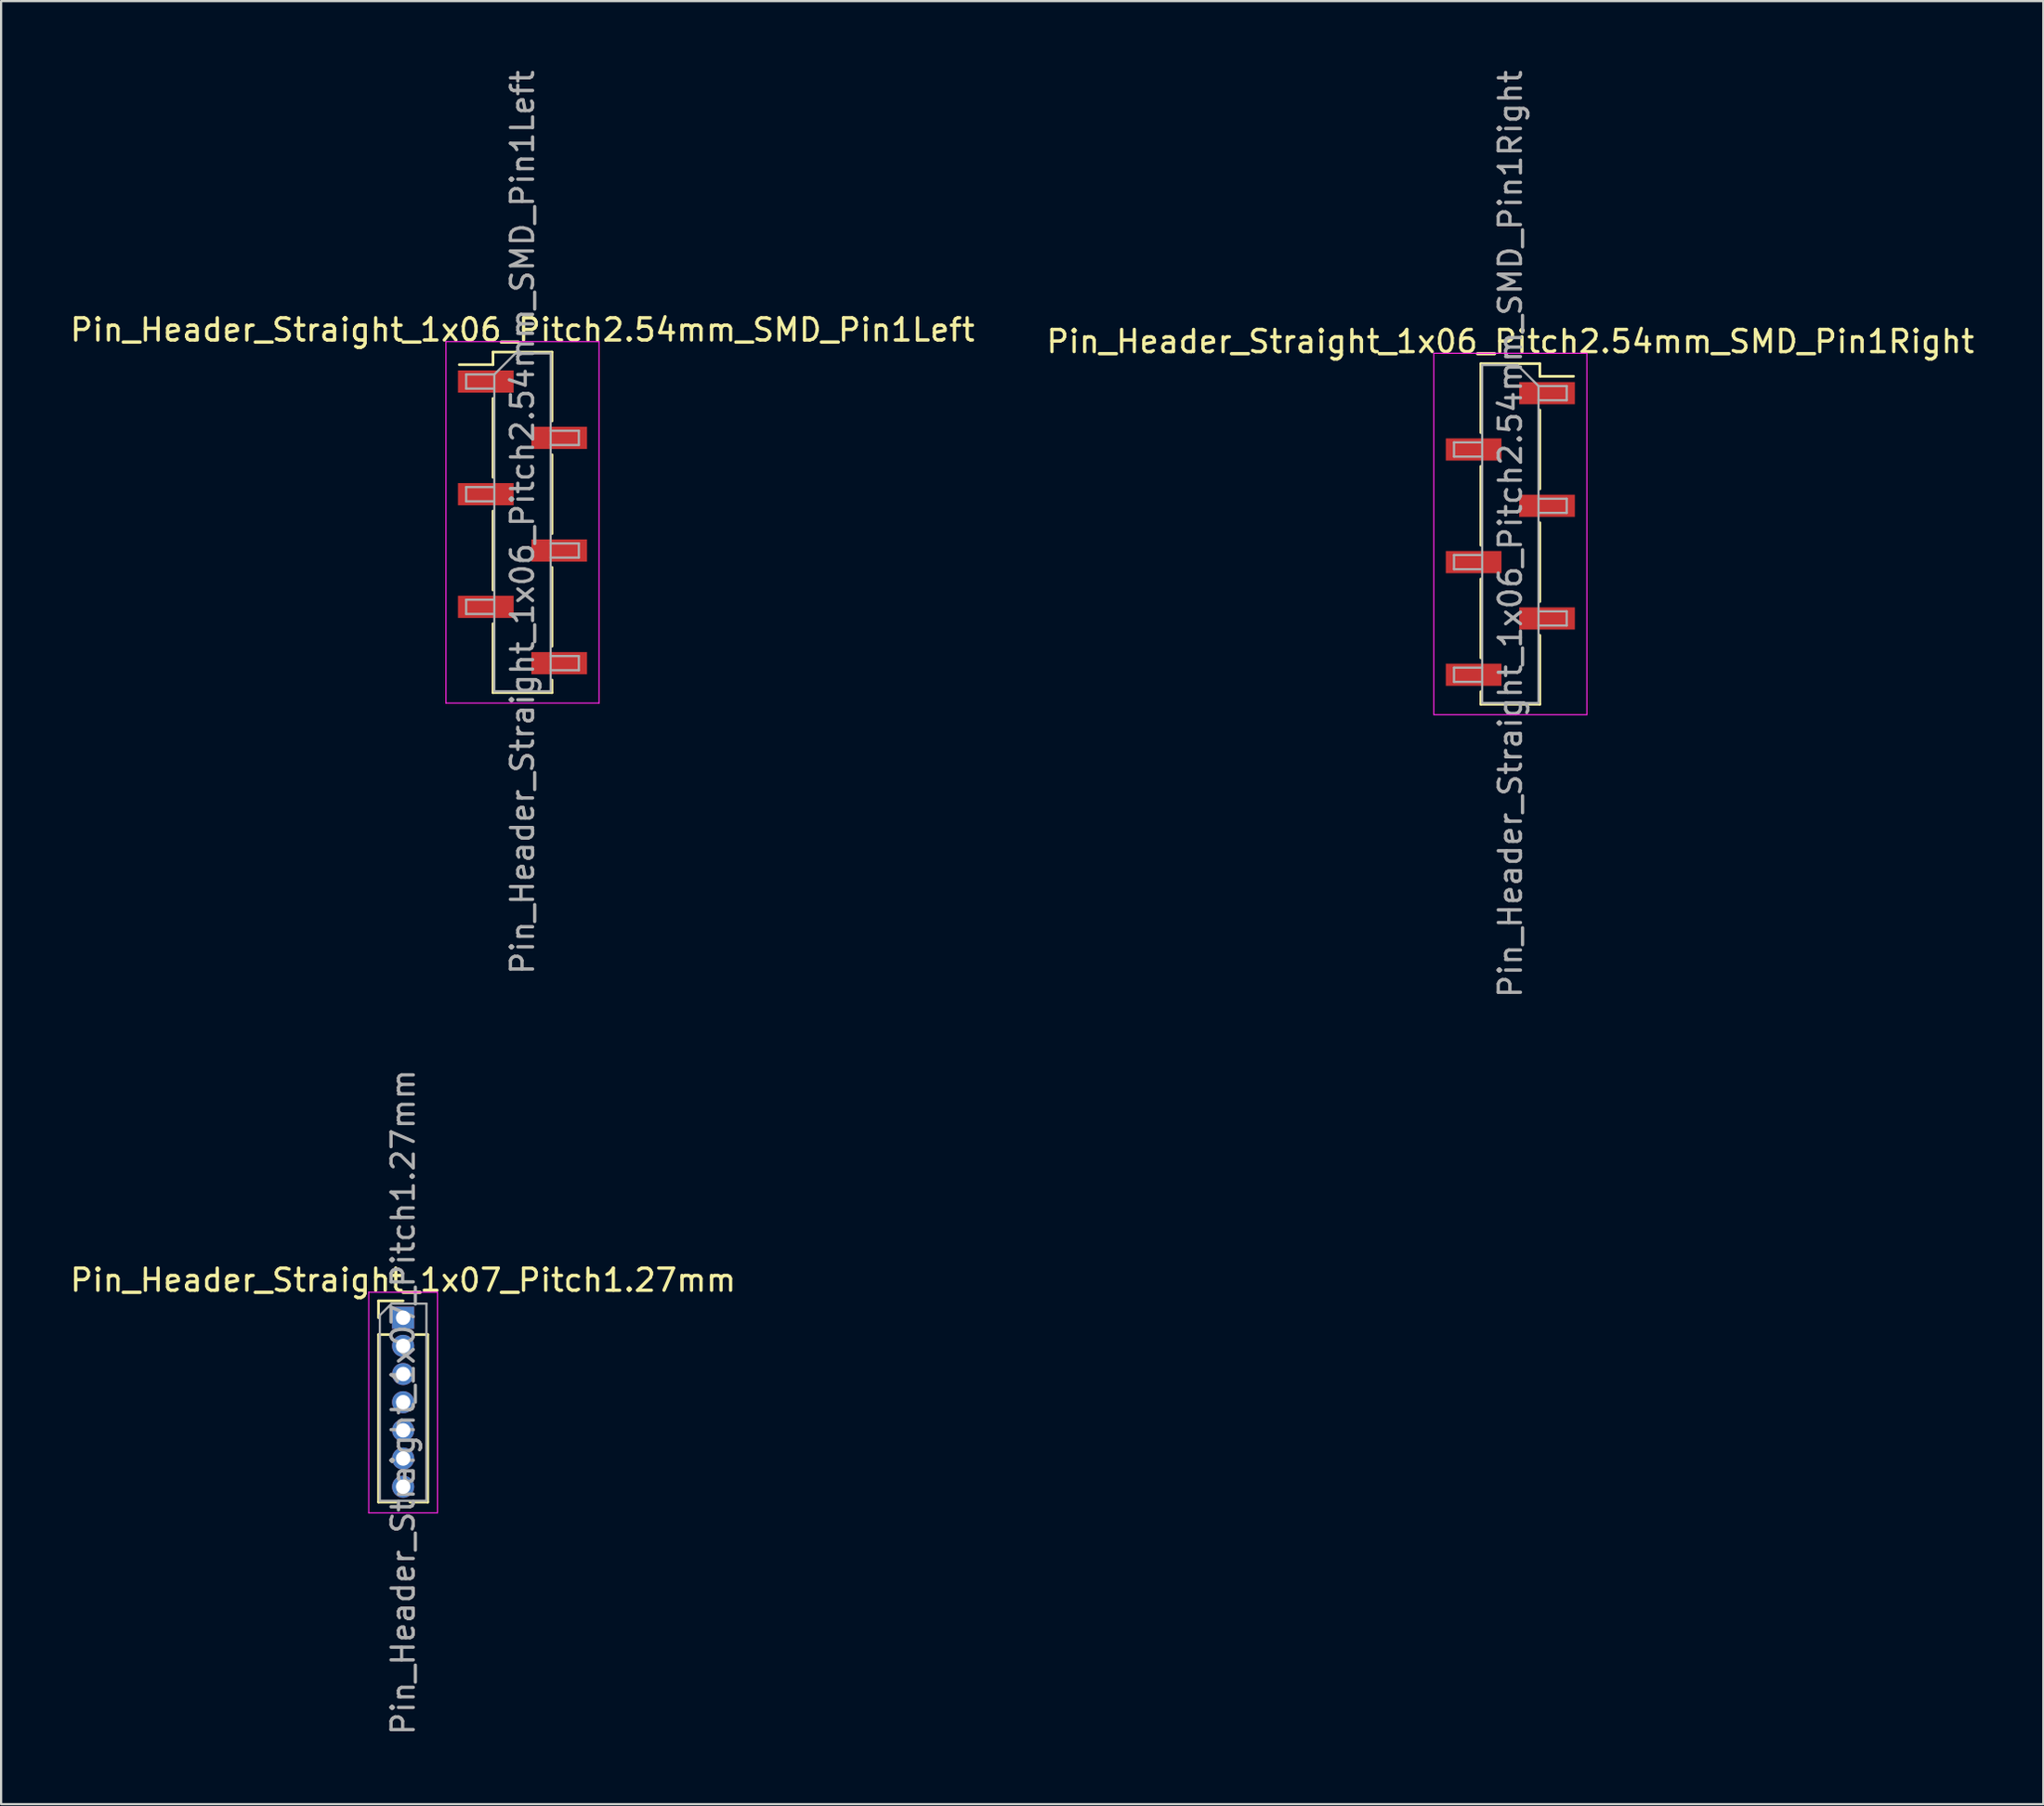
<source format=kicad_pcb>
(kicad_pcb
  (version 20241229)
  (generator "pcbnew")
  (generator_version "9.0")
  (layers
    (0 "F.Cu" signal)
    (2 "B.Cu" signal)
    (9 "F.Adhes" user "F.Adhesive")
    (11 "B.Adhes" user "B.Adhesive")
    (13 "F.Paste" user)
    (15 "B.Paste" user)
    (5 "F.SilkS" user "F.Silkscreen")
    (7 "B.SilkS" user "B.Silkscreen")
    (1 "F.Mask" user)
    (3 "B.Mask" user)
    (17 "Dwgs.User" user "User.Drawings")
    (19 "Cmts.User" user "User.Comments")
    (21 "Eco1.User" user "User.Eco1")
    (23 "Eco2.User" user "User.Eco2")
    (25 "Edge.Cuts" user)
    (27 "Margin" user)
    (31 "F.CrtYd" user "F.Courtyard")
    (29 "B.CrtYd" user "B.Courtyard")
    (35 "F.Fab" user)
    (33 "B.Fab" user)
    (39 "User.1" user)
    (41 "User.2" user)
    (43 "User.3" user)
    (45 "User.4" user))
  (footprint "Pin_Header_Straight_1x07_Pitch1.27mm"
    (layer "F.Cu")
    (at 15.125 56.375)
    (property "Reference" "Pin_Header_Straight_1x07_Pitch1.27mm" (at 0 -1.695 0) (layer "F.SilkS") (effects (font (size 1 1) (thickness 0.15))))
    (attr through_hole)
    (fp_line (start -1.11 -0.76) (end 0 -0.76) (stroke (width 0.12) (type solid)) (layer "F.SilkS"))
    (fp_line (start -1.11 0) (end -1.11 -0.76) (stroke (width 0.12) (type solid)) (layer "F.SilkS"))
    (fp_line (start -1.11 0.76) (end -1.11 8.315) (stroke (width 0.12) (type solid)) (layer "F.SilkS"))
    (fp_line (start -1.11 0.76) (end -0.563 0.76) (stroke (width 0.12) (type solid)) (layer "F.SilkS"))
    (fp_line (start -1.11 8.315) (end -0.308 8.315) (stroke (width 0.12) (type solid)) (layer "F.SilkS"))
    (fp_line (start 0.308 8.315) (end 1.11 8.315) (stroke (width 0.12) (type solid)) (layer "F.SilkS"))
    (fp_line (start 0.563 0.76) (end 1.11 0.76) (stroke (width 0.12) (type solid)) (layer "F.SilkS"))
    (fp_line (start 1.11 0.76) (end 1.11 8.315) (stroke (width 0.12) (type solid)) (layer "F.SilkS"))
    (fp_line (start -1.55 -1.15) (end -1.55 8.8) (stroke (width 0.05) (type solid)) (layer "F.CrtYd"))
    (fp_line (start -1.55 8.8) (end 1.55 8.8) (stroke (width 0.05) (type solid)) (layer "F.CrtYd"))
    (fp_line (start 1.55 -1.15) (end -1.55 -1.15) (stroke (width 0.05) (type solid)) (layer "F.CrtYd"))
    (fp_line (start 1.55 8.8) (end 1.55 -1.15) (stroke (width 0.05) (type solid)) (layer "F.CrtYd"))
    (fp_line (start -1.05 -0.11) (end -0.525 -0.635) (stroke (width 0.1) (type solid)) (layer "F.Fab"))
    (fp_line (start -1.05 8.255) (end -1.05 -0.11) (stroke (width 0.1) (type solid)) (layer "F.Fab"))
    (fp_line (start -0.525 -0.635) (end 1.05 -0.635) (stroke (width 0.1) (type solid)) (layer "F.Fab"))
    (fp_line (start 1.05 -0.635) (end 1.05 8.255) (stroke (width 0.1) (type solid)) (layer "F.Fab"))
    (fp_line (start 1.05 8.255) (end -1.05 8.255) (stroke (width 0.1) (type solid)) (layer "F.Fab"))
    (fp_text user "${REFERENCE}" (at 0 3.81 90) (layer "F.Fab") (effects (font (size 1 1) (thickness 0.15))))
    (pad "1" thru_hole rect (at 0 0) (size 1 1) (drill 0.65) (layers "*.Cu" "*.Mask"))
    (pad "2" thru_hole oval (at 0 1.27) (size 1 1) (drill 0.65) (layers "*.Cu" "*.Mask"))
    (pad "3" thru_hole oval (at 0 2.54) (size 1 1) (drill 0.65) (layers "*.Cu" "*.Mask"))
    (pad "4" thru_hole oval (at 0 3.81) (size 1 1) (drill 0.65) (layers "*.Cu" "*.Mask"))
    (pad "5" thru_hole oval (at 0 5.08) (size 1 1) (drill 0.65) (layers "*.Cu" "*.Mask"))
    (pad "6" thru_hole oval (at 0 6.35) (size 1 1) (drill 0.65) (layers "*.Cu" "*.Mask"))
    (pad "7" thru_hole oval (at 0 7.62) (size 1 1) (drill 0.65) (layers "*.Cu" "*.Mask")))
  (footprint "Pin_Header_Straight_1x06_Pitch2.54mm_SMD_Pin1Right"
    (layer "F.Cu")
    (at 65.042 21.03)
    (property "Reference" "Pin_Header_Straight_1x06_Pitch2.54mm_SMD_Pin1Right" (at 0 -8.68 0) (layer "F.SilkS") (effects (font (size 1 1) (thickness 0.15))))
    (attr smd)
    (fp_line (start -1.33 -7.68) (end -1.33 -4.57) (stroke (width 0.12) (type solid)) (layer "F.SilkS"))
    (fp_line (start -1.33 -7.68) (end 1.33 -7.68) (stroke (width 0.12) (type solid)) (layer "F.SilkS"))
    (fp_line (start -1.33 -3.05) (end -1.33 0.51) (stroke (width 0.12) (type solid)) (layer "F.SilkS"))
    (fp_line (start -1.33 2.03) (end -1.33 5.59) (stroke (width 0.12) (type solid)) (layer "F.SilkS"))
    (fp_line (start -1.33 7.11) (end -1.33 7.68) (stroke (width 0.12) (type solid)) (layer "F.SilkS"))
    (fp_line (start -1.33 7.68) (end 1.33 7.68) (stroke (width 0.12) (type solid)) (layer "F.SilkS"))
    (fp_line (start 1.33 -7.68) (end 1.33 -7.11) (stroke (width 0.12) (type solid)) (layer "F.SilkS"))
    (fp_line (start 1.33 -7.11) (end 2.85 -7.11) (stroke (width 0.12) (type solid)) (layer "F.SilkS"))
    (fp_line (start 1.33 -5.59) (end 1.33 -2.03) (stroke (width 0.12) (type solid)) (layer "F.SilkS"))
    (fp_line (start 1.33 -0.51) (end 1.33 3.05) (stroke (width 0.12) (type solid)) (layer "F.SilkS"))
    (fp_line (start 1.33 4.57) (end 1.33 7.68) (stroke (width 0.12) (type solid)) (layer "F.SilkS"))
    (fp_line (start -3.45 -8.15) (end -3.45 8.15) (stroke (width 0.05) (type solid)) (layer "F.CrtYd"))
    (fp_line (start -3.45 8.15) (end 3.45 8.15) (stroke (width 0.05) (type solid)) (layer "F.CrtYd"))
    (fp_line (start 3.45 -8.15) (end -3.45 -8.15) (stroke (width 0.05) (type solid)) (layer "F.CrtYd"))
    (fp_line (start 3.45 8.15) (end 3.45 -8.15) (stroke (width 0.05) (type solid)) (layer "F.CrtYd"))
    (fp_line (start -2.54 -4.13) (end -2.54 -3.49) (stroke (width 0.1) (type solid)) (layer "F.Fab"))
    (fp_line (start -2.54 -3.49) (end -1.27 -3.49) (stroke (width 0.1) (type solid)) (layer "F.Fab"))
    (fp_line (start -2.54 0.95) (end -2.54 1.59) (stroke (width 0.1) (type solid)) (layer "F.Fab"))
    (fp_line (start -2.54 1.59) (end -1.27 1.59) (stroke (width 0.1) (type solid)) (layer "F.Fab"))
    (fp_line (start -2.54 6.03) (end -2.54 6.67) (stroke (width 0.1) (type solid)) (layer "F.Fab"))
    (fp_line (start -2.54 6.67) (end -1.27 6.67) (stroke (width 0.1) (type solid)) (layer "F.Fab"))
    (fp_line (start -1.27 -7.62) (end -1.27 7.62) (stroke (width 0.1) (type solid)) (layer "F.Fab"))
    (fp_line (start -1.27 -7.62) (end 0.32 -7.62) (stroke (width 0.1) (type solid)) (layer "F.Fab"))
    (fp_line (start -1.27 -4.13) (end -2.54 -4.13) (stroke (width 0.1) (type solid)) (layer "F.Fab"))
    (fp_line (start -1.27 0.95) (end -2.54 0.95) (stroke (width 0.1) (type solid)) (layer "F.Fab"))
    (fp_line (start -1.27 6.03) (end -2.54 6.03) (stroke (width 0.1) (type solid)) (layer "F.Fab"))
    (fp_line (start 1.27 -6.67) (end 0.32 -7.62) (stroke (width 0.1) (type solid)) (layer "F.Fab"))
    (fp_line (start 1.27 -6.67) (end 2.54 -6.67) (stroke (width 0.1) (type solid)) (layer "F.Fab"))
    (fp_line (start 1.27 -1.59) (end 2.54 -1.59) (stroke (width 0.1) (type solid)) (layer "F.Fab"))
    (fp_line (start 1.27 3.49) (end 2.54 3.49) (stroke (width 0.1) (type solid)) (layer "F.Fab"))
    (fp_line (start 1.27 7.62) (end -1.27 7.62) (stroke (width 0.1) (type solid)) (layer "F.Fab"))
    (fp_line (start 1.27 7.62) (end 1.27 -6.67) (stroke (width 0.1) (type solid)) (layer "F.Fab"))
    (fp_line (start 2.54 -6.67) (end 2.54 -6.03) (stroke (width 0.1) (type solid)) (layer "F.Fab"))
    (fp_line (start 2.54 -6.03) (end 1.27 -6.03) (stroke (width 0.1) (type solid)) (layer "F.Fab"))
    (fp_line (start 2.54 -1.59) (end 2.54 -0.95) (stroke (width 0.1) (type solid)) (layer "F.Fab"))
    (fp_line (start 2.54 -0.95) (end 1.27 -0.95) (stroke (width 0.1) (type solid)) (layer "F.Fab"))
    (fp_line (start 2.54 3.49) (end 2.54 4.13) (stroke (width 0.1) (type solid)) (layer "F.Fab"))
    (fp_line (start 2.54 4.13) (end 1.27 4.13) (stroke (width 0.1) (type solid)) (layer "F.Fab"))
    (fp_text user "${REFERENCE}" (at 0 0 90) (layer "F.Fab") (effects (font (size 1 1) (thickness 0.15))))
    (pad "1" smd rect (at 1.655 -6.35) (size 2.51 1) (layers "F.Cu" "F.Mask" "F.Paste"))
    (pad "2" smd rect (at -1.655 -3.81) (size 2.51 1) (layers "F.Cu" "F.Mask" "F.Paste"))
    (pad "3" smd rect (at 1.655 -1.27) (size 2.51 1) (layers "F.Cu" "F.Mask" "F.Paste"))
    (pad "4" smd rect (at -1.655 1.27) (size 2.51 1) (layers "F.Cu" "F.Mask" "F.Paste"))
    (pad "5" smd rect (at 1.655 3.81) (size 2.51 1) (layers "F.Cu" "F.Mask" "F.Paste"))
    (pad "6" smd rect (at -1.655 6.35) (size 2.51 1) (layers "F.Cu" "F.Mask" "F.Paste")))
  (footprint "Pin_Header_Straight_1x06_Pitch2.54mm_SMD_Pin1Left"
    (layer "F.Cu")
    (at 20.506 20.506)
    (property "Reference" "Pin_Header_Straight_1x06_Pitch2.54mm_SMD_Pin1Left" (at 0 -8.68 0) (layer "F.SilkS") (effects (font (size 1 1) (thickness 0.15))))
    (attr smd)
    (fp_line (start -1.33 -7.68) (end -1.33 -7.11) (stroke (width 0.12) (type solid)) (layer "F.SilkS"))
    (fp_line (start -1.33 -7.68) (end 1.33 -7.68) (stroke (width 0.12) (type solid)) (layer "F.SilkS"))
    (fp_line (start -1.33 -7.11) (end -2.85 -7.11) (stroke (width 0.12) (type solid)) (layer "F.SilkS"))
    (fp_line (start -1.33 -5.59) (end -1.33 -2.03) (stroke (width 0.12) (type solid)) (layer "F.SilkS"))
    (fp_line (start -1.33 -0.51) (end -1.33 3.05) (stroke (width 0.12) (type solid)) (layer "F.SilkS"))
    (fp_line (start -1.33 4.57) (end -1.33 7.68) (stroke (width 0.12) (type solid)) (layer "F.SilkS"))
    (fp_line (start -1.33 7.68) (end 1.33 7.68) (stroke (width 0.12) (type solid)) (layer "F.SilkS"))
    (fp_line (start 1.33 -7.68) (end 1.33 -4.57) (stroke (width 0.12) (type solid)) (layer "F.SilkS"))
    (fp_line (start 1.33 -3.05) (end 1.33 0.51) (stroke (width 0.12) (type solid)) (layer "F.SilkS"))
    (fp_line (start 1.33 2.03) (end 1.33 5.59) (stroke (width 0.12) (type solid)) (layer "F.SilkS"))
    (fp_line (start 1.33 7.11) (end 1.33 7.68) (stroke (width 0.12) (type solid)) (layer "F.SilkS"))
    (fp_line (start -3.45 -8.15) (end -3.45 8.15) (stroke (width 0.05) (type solid)) (layer "F.CrtYd"))
    (fp_line (start -3.45 8.15) (end 3.45 8.15) (stroke (width 0.05) (type solid)) (layer "F.CrtYd"))
    (fp_line (start 3.45 -8.15) (end -3.45 -8.15) (stroke (width 0.05) (type solid)) (layer "F.CrtYd"))
    (fp_line (start 3.45 8.15) (end 3.45 -8.15) (stroke (width 0.05) (type solid)) (layer "F.CrtYd"))
    (fp_line (start -2.54 -6.67) (end -2.54 -6.03) (stroke (width 0.1) (type solid)) (layer "F.Fab"))
    (fp_line (start -2.54 -6.03) (end -1.27 -6.03) (stroke (width 0.1) (type solid)) (layer "F.Fab"))
    (fp_line (start -2.54 -1.59) (end -2.54 -0.95) (stroke (width 0.1) (type solid)) (layer "F.Fab"))
    (fp_line (start -2.54 -0.95) (end -1.27 -0.95) (stroke (width 0.1) (type solid)) (layer "F.Fab"))
    (fp_line (start -2.54 3.49) (end -2.54 4.13) (stroke (width 0.1) (type solid)) (layer "F.Fab"))
    (fp_line (start -2.54 4.13) (end -1.27 4.13) (stroke (width 0.1) (type solid)) (layer "F.Fab"))
    (fp_line (start -1.27 -6.67) (end -2.54 -6.67) (stroke (width 0.1) (type solid)) (layer "F.Fab"))
    (fp_line (start -1.27 -6.67) (end -0.32 -7.62) (stroke (width 0.1) (type solid)) (layer "F.Fab"))
    (fp_line (start -1.27 -1.59) (end -2.54 -1.59) (stroke (width 0.1) (type solid)) (layer "F.Fab"))
    (fp_line (start -1.27 3.49) (end -2.54 3.49) (stroke (width 0.1) (type solid)) (layer "F.Fab"))
    (fp_line (start -1.27 7.62) (end -1.27 -6.67) (stroke (width 0.1) (type solid)) (layer "F.Fab"))
    (fp_line (start -0.32 -7.62) (end 1.27 -7.62) (stroke (width 0.1) (type solid)) (layer "F.Fab"))
    (fp_line (start 1.27 -7.62) (end 1.27 7.62) (stroke (width 0.1) (type solid)) (layer "F.Fab"))
    (fp_line (start 1.27 -4.13) (end 2.54 -4.13) (stroke (width 0.1) (type solid)) (layer "F.Fab"))
    (fp_line (start 1.27 0.95) (end 2.54 0.95) (stroke (width 0.1) (type solid)) (layer "F.Fab"))
    (fp_line (start 1.27 6.03) (end 2.54 6.03) (stroke (width 0.1) (type solid)) (layer "F.Fab"))
    (fp_line (start 1.27 7.62) (end -1.27 7.62) (stroke (width 0.1) (type solid)) (layer "F.Fab"))
    (fp_line (start 2.54 -4.13) (end 2.54 -3.49) (stroke (width 0.1) (type solid)) (layer "F.Fab"))
    (fp_line (start 2.54 -3.49) (end 1.27 -3.49) (stroke (width 0.1) (type solid)) (layer "F.Fab"))
    (fp_line (start 2.54 0.95) (end 2.54 1.59) (stroke (width 0.1) (type solid)) (layer "F.Fab"))
    (fp_line (start 2.54 1.59) (end 1.27 1.59) (stroke (width 0.1) (type solid)) (layer "F.Fab"))
    (fp_line (start 2.54 6.03) (end 2.54 6.67) (stroke (width 0.1) (type solid)) (layer "F.Fab"))
    (fp_line (start 2.54 6.67) (end 1.27 6.67) (stroke (width 0.1) (type solid)) (layer "F.Fab"))
    (fp_text user "${REFERENCE}" (at 0 0 90) (layer "F.Fab") (effects (font (size 1 1) (thickness 0.15))))
    (pad "1" smd rect (at -1.655 -6.35) (size 2.51 1) (layers "F.Cu" "F.Mask" "F.Paste"))
    (pad "2" smd rect (at 1.655 -3.81) (size 2.51 1) (layers "F.Cu" "F.Mask" "F.Paste"))
    (pad "3" smd rect (at -1.655 -1.27) (size 2.51 1) (layers "F.Cu" "F.Mask" "F.Paste"))
    (pad "4" smd rect (at 1.655 1.27) (size 2.51 1) (layers "F.Cu" "F.Mask" "F.Paste"))
    (pad "5" smd rect (at -1.655 3.81) (size 2.51 1) (layers "F.Cu" "F.Mask" "F.Paste"))
    (pad "6" smd rect (at 1.655 6.35) (size 2.51 1) (layers "F.Cu" "F.Mask" "F.Paste")))
  (gr_rect
    (start -3 -3)
    (end 89.071 78.31)
    (stroke (width 0.1) (type default))
    (fill no)
    (layer "Edge.Cuts")))
</source>
